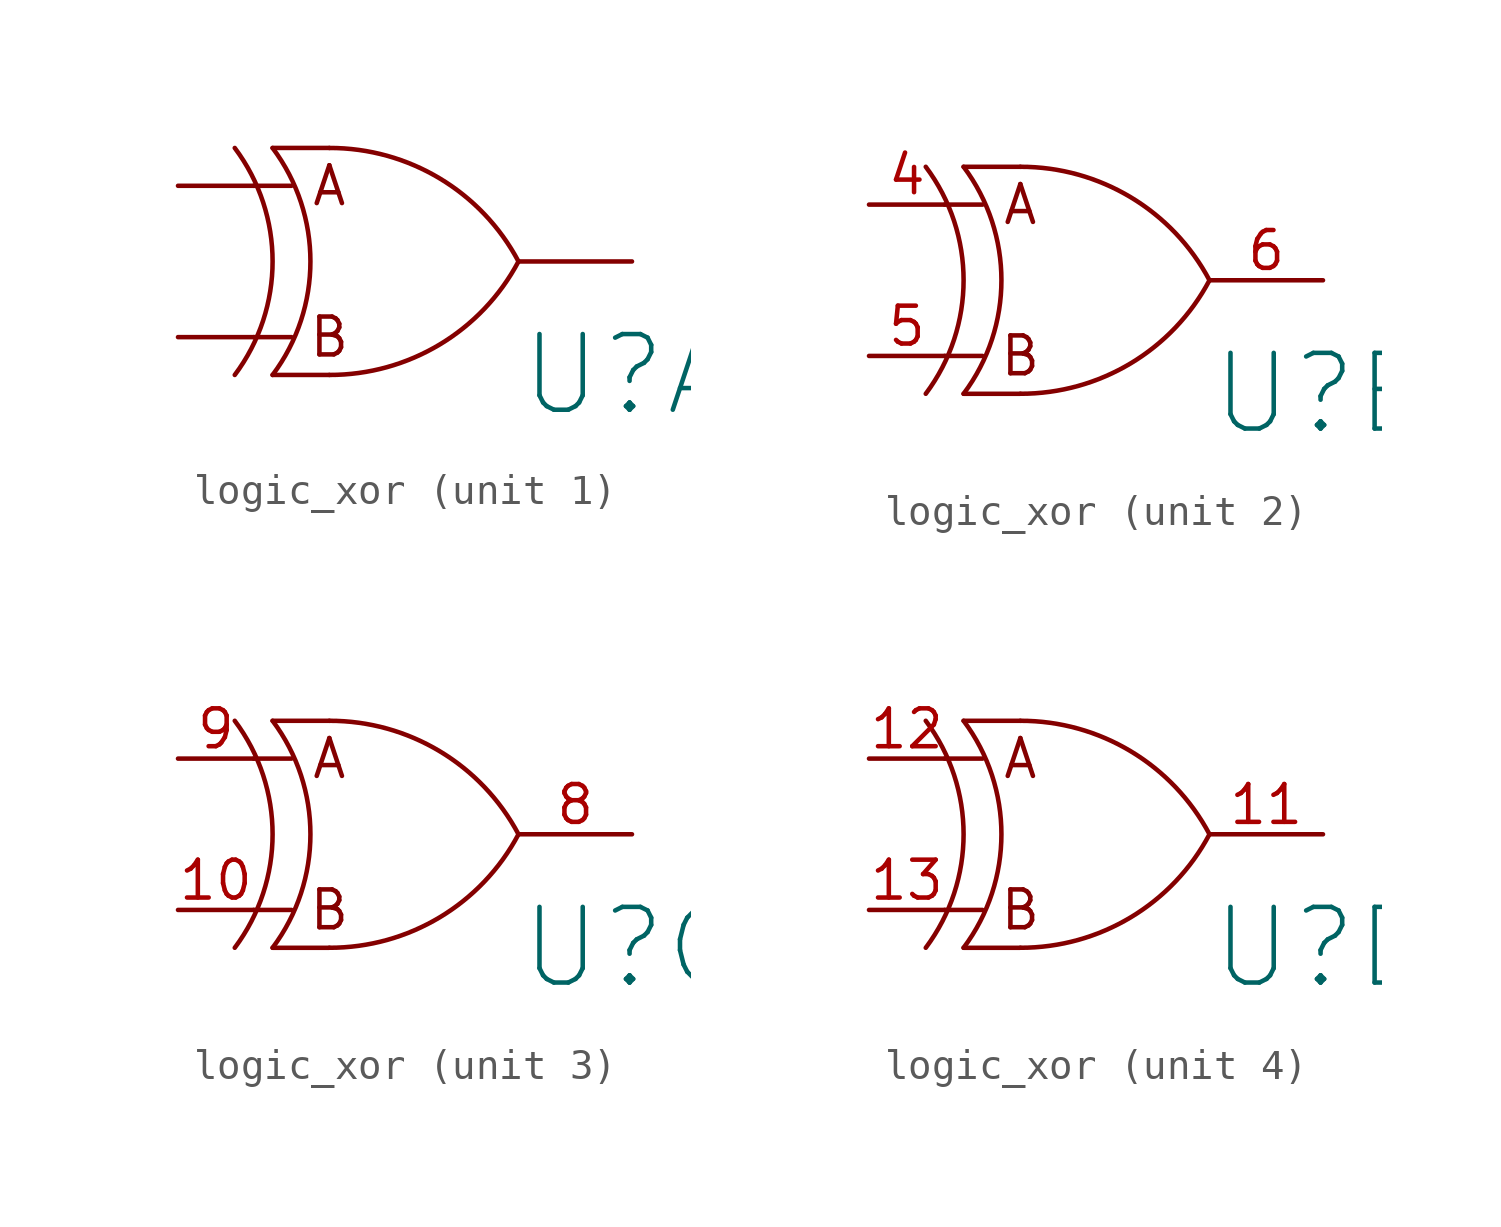
<source format=kicad_sym>
(kicad_symbol_lib
  (version 20220914)
  (generator kicad_symbol_editor)
  (symbol "logic_xor"
    (pin_names
      (offset 1.016))
    (property "Reference" "U"
      (at 11.43 -6.35 0)
      (effects (font (size 2.54 2.54)) (justify left)))
    (symbol "logic_xor_0_0"
      (text "A" (at 5.08 0 0) (effects (font (size 1.27 1.27))))
      (text "B" (at 5.08 -5.08 0) (effects (font (size 1.27 1.27)))))
    (symbol "logic_xor_0_1"
      (polyline (pts (xy 3.175 -6.35) (xy 5.08 -6.35)) (stroke (width 0) (type default)) (fill (type none)))
      (polyline (pts (xy 3.175 1.27) (xy 5.08 1.27)) (stroke (width 0) (type default)) (fill (type none)))
      (polyline (pts (xy 3.81 -5.08) (xy 2.54 -5.08)) (stroke (width 0) (type default)) (fill (type none)))
      (polyline (pts (xy 3.81 0) (xy 2.54 0)) (stroke (width 0) (type default)) (fill (type none)))
      (arc (start 1.905 -6.35) (mid 3.175 -2.54) (end 1.905 1.27) (stroke (width 0) (type default)) (fill (type none)))
      (arc (start 3.175 -6.35) (mid 4.445 -2.54) (end 3.175 1.27) (stroke (width 0) (type default)) (fill (type none)))
      (arc (start 5.08 -6.35) (mid 8.784 -5.3291) (end 11.43 -2.54) (stroke (width 0) (type default)) (fill (type none)))
      (arc (start 11.43 -2.54) (mid 8.7865 0.2471) (end 5.08 1.27) (stroke (width 0) (type default)) (fill (type none))))
    (symbol "logic_xor_1_1"
      (pin input line (at 0 -5.08 0) (length 2.54) (name "" (effects (font (size 1.27 1.27)))) (number "" (effects (font (size 1.27 1.27)))))
      (pin input line (at 0 0 0) (length 2.54) (name "" (effects (font (size 1.27 1.27)))) (number "" (effects (font (size 1.27 1.27)))))
      (pin output line (at 15.24 -2.54 180) (length 3.81) (name "" (effects (font (size 1.27 1.27)))) (number "" (effects (font (size 1.27 1.27))))))
    (symbol "logic_xor_2_1"
      (pin input line (at 0 0 0) (length 2.54) (name "" (effects (font (size 1.27 1.27)))) (number "4" (effects (font (size 1.27 1.27)))))
      (pin input line (at 0 -5.08 0) (length 2.54) (name "" (effects (font (size 1.27 1.27)))) (number "5" (effects (font (size 1.27 1.27)))))
      (pin output line (at 15.24 -2.54 180) (length 3.81) (name "" (effects (font (size 1.27 1.27)))) (number "6" (effects (font (size 1.27 1.27))))))
    (symbol "logic_xor_3_1"
      (pin input line (at 0 -5.08 0) (length 2.54) (name "" (effects (font (size 1.27 1.27)))) (number "10" (effects (font (size 1.27 1.27)))))
      (pin output line (at 15.24 -2.54 180) (length 3.81) (name "" (effects (font (size 1.27 1.27)))) (number "8" (effects (font (size 1.27 1.27)))))
      (pin input line (at 0 0 0) (length 2.54) (name "" (effects (font (size 1.27 1.27)))) (number "9" (effects (font (size 1.27 1.27))))))
    (symbol "logic_xor_4_1"
      (pin output line (at 15.24 -2.54 180) (length 3.81) (name "" (effects (font (size 1.27 1.27)))) (number "11" (effects (font (size 1.27 1.27)))))
      (pin input line (at 0 0 0) (length 2.54) (name "" (effects (font (size 1.27 1.27)))) (number "12" (effects (font (size 1.27 1.27)))))
      (pin input line (at 0 -5.08 0) (length 2.54) (name "" (effects (font (size 1.27 1.27)))) (number "13" (effects (font (size 1.27 1.27))))))))
</source>
